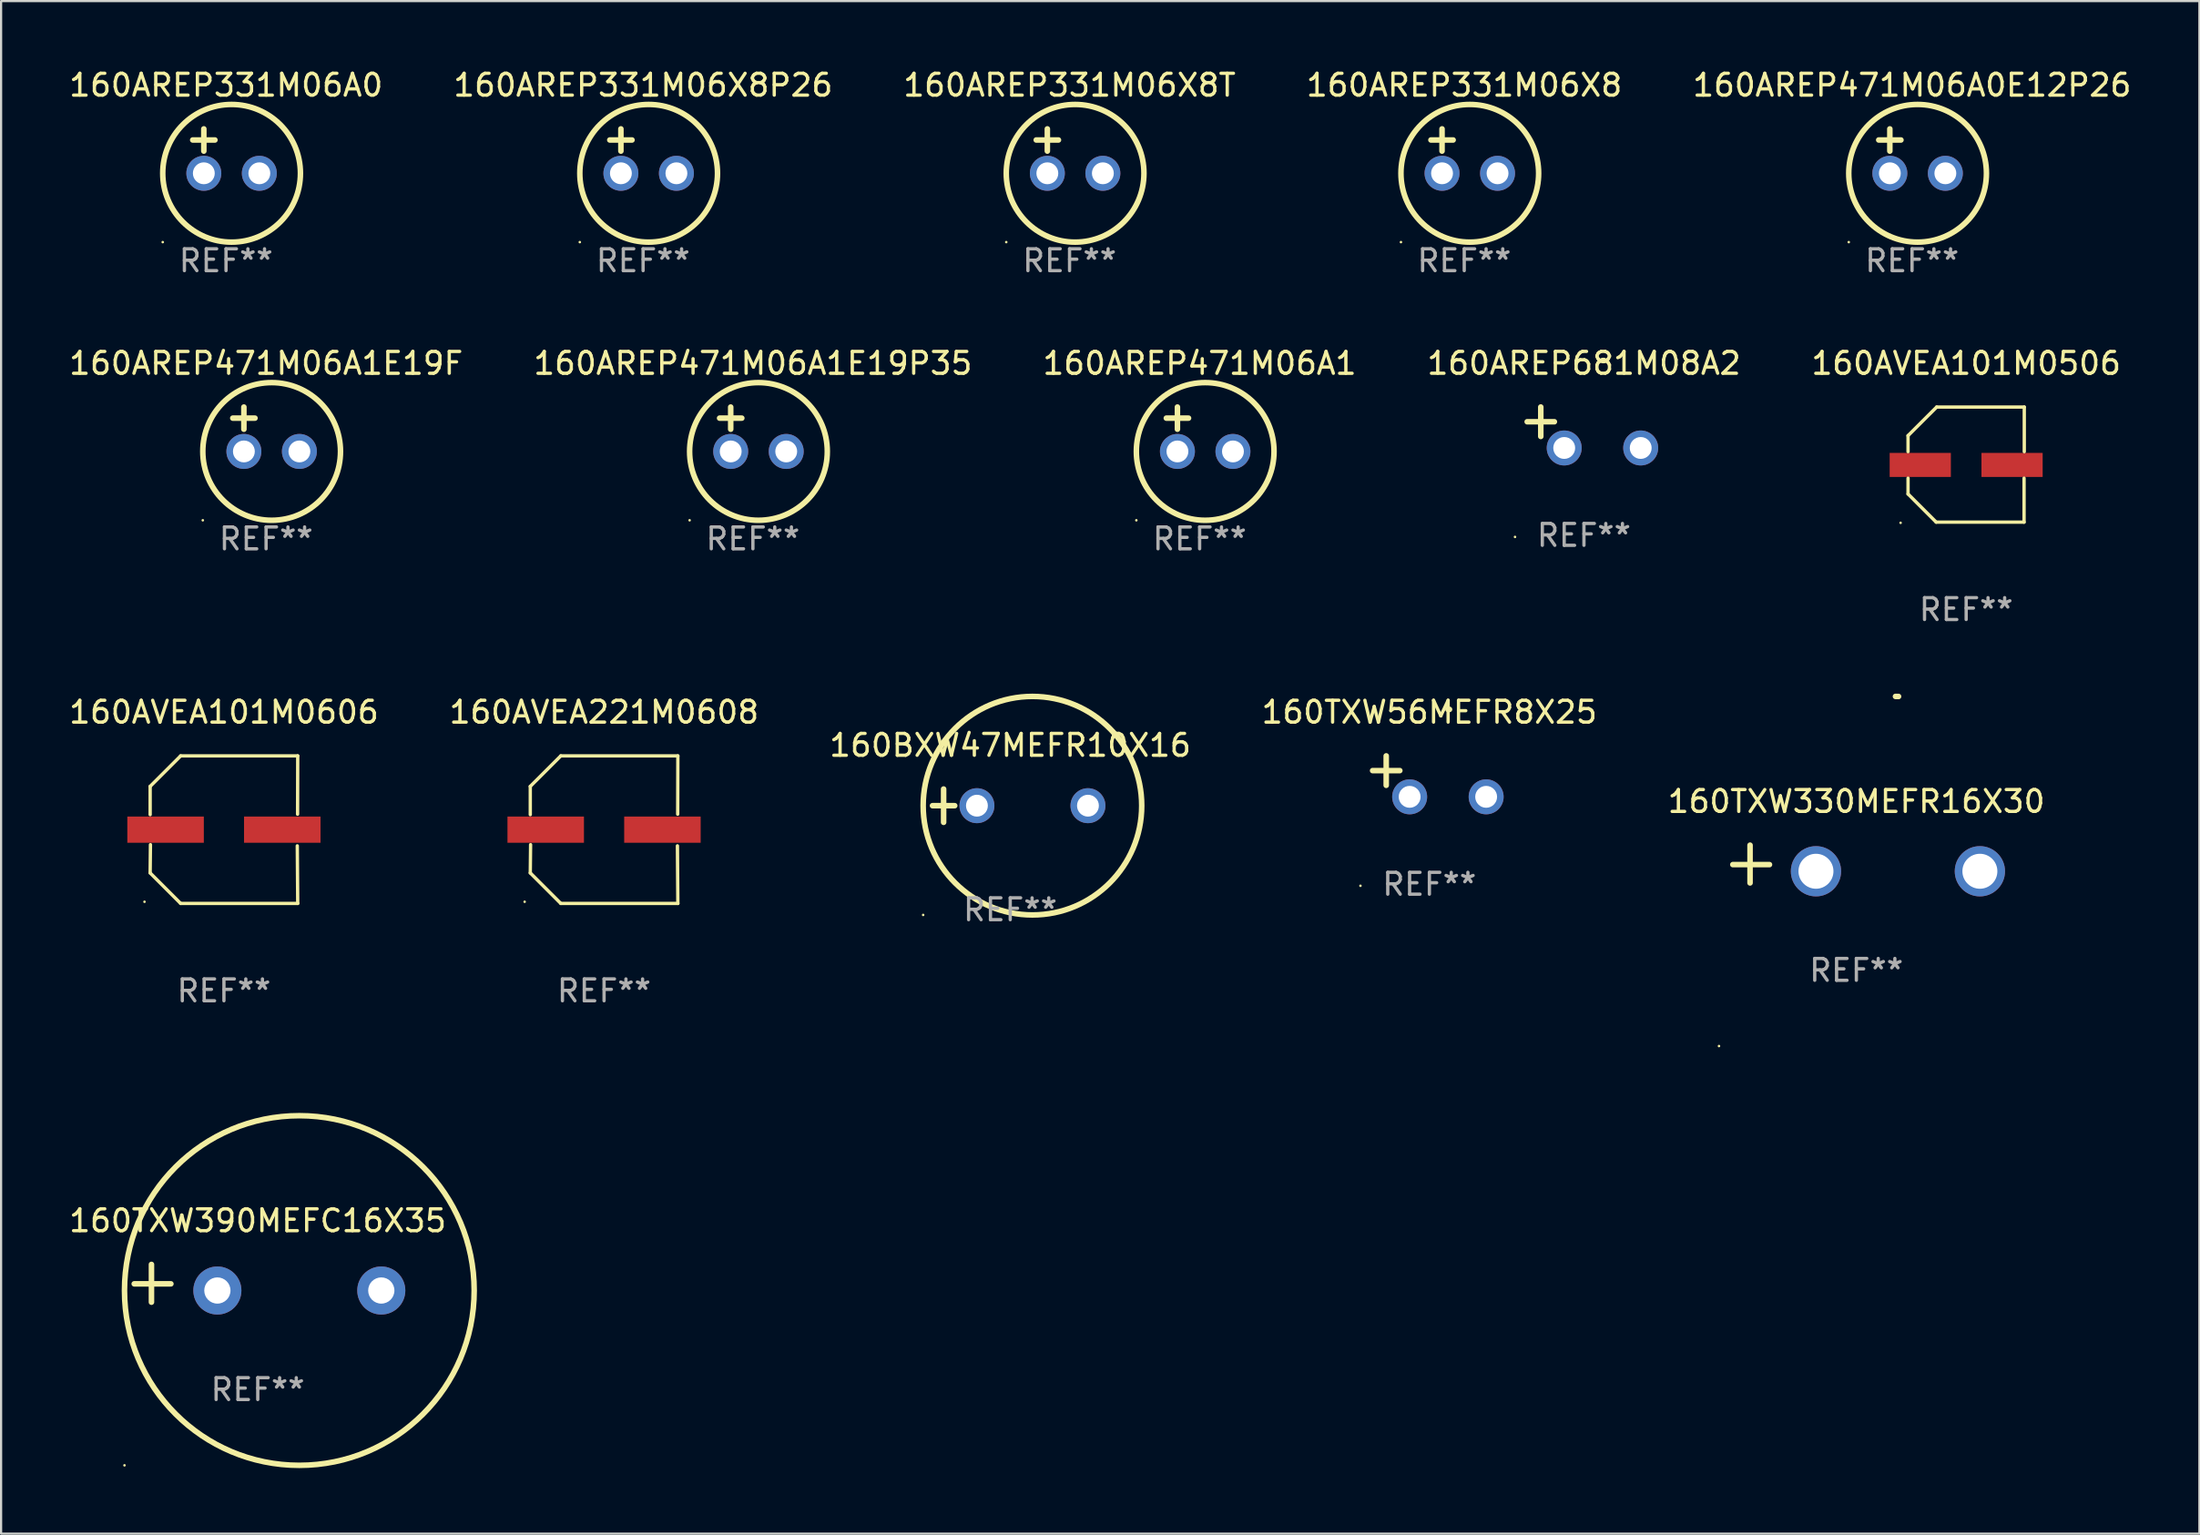
<source format=kicad_pcb>
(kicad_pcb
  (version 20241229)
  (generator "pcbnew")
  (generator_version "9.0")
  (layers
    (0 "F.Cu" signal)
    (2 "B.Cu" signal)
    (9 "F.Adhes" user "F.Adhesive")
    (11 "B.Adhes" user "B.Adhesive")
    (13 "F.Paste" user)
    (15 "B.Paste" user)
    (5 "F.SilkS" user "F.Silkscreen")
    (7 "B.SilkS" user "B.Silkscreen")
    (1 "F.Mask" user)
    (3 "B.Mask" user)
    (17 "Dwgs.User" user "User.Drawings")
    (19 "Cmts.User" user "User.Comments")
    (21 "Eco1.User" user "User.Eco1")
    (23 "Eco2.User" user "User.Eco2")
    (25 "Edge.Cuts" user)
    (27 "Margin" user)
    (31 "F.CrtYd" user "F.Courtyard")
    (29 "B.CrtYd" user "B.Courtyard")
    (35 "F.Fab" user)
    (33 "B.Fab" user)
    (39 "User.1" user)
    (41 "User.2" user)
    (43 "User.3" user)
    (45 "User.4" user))
  (footprint "160AREP471M06A1E19P35"
    (layer "F.Cu")
    (at 31.399 16.593)
    (property "Reference" "160AREP471M06A1E19P35" (at 0 -3.016 0) (layer "F.SilkS") (effects (font (size 1 1) (thickness 0.15))))
    (attr through_hole)
    (fp_line (start -1.524 -0.508) (end -0.508 -0.508) (stroke (width 0.254) (type solid)) (layer "F.SilkS"))
    (fp_line (start -1.016 -1.016) (end -1.016 0) (stroke (width 0.254) (type solid)) (layer "F.SilkS"))
    (fp_circle (center -2.896 4.166) (end -2.866 4.166) (stroke (width 0.06) (type solid)) (fill no) (layer "F.SilkS"))
    (fp_circle (center 0.254 1.016) (end 3.404 1.016) (stroke (width 0.254) (type solid)) (fill no) (layer "F.SilkS"))
    (fp_text user "REF**" (at 0 5.016 0) (layer "F.Fab") (effects (font (size 1 1) (thickness 0.15))))
    (pad "1" thru_hole circle (at -1.016 1.016) (size 1.6 1.6) (drill 1) (layers "*.Cu" "*.Mask"))
    (pad "2" thru_hole circle (at 1.524 1.016) (size 1.6 1.6) (drill 1) (layers "*.Cu" "*.Mask")))
  (footprint "160AREP331M06X8P26"
    (layer "F.Cu")
    (at 26.375 3.864)
    (property "Reference" "160AREP331M06X8P26" (at 0 -3.016 0) (layer "F.SilkS") (effects (font (size 1 1) (thickness 0.15))))
    (attr through_hole)
    (fp_line (start -1.524 -0.508) (end -0.508 -0.508) (stroke (width 0.254) (type solid)) (layer "F.SilkS"))
    (fp_line (start -1.016 -1.016) (end -1.016 0) (stroke (width 0.254) (type solid)) (layer "F.SilkS"))
    (fp_circle (center -2.896 4.166) (end -2.866 4.166) (stroke (width 0.06) (type solid)) (fill no) (layer "F.SilkS"))
    (fp_circle (center 0.254 1.016) (end 3.404 1.016) (stroke (width 0.254) (type solid)) (fill no) (layer "F.SilkS"))
    (fp_text user "REF**" (at 0 5.016 0) (layer "F.Fab") (effects (font (size 1 1) (thickness 0.15))))
    (pad "1" thru_hole circle (at -1.016 1.016) (size 1.6 1.6) (drill 1) (layers "*.Cu" "*.Mask"))
    (pad "2" thru_hole circle (at 1.524 1.016) (size 1.6 1.6) (drill 1) (layers "*.Cu" "*.Mask")))
  (footprint "160AREP471M06A1"
    (layer "F.Cu")
    (at 51.839 16.593)
    (property "Reference" "160AREP471M06A1" (at 0 -3.016 0) (layer "F.SilkS") (effects (font (size 1 1) (thickness 0.15))))
    (attr through_hole)
    (fp_line (start -1.524 -0.508) (end -0.508 -0.508) (stroke (width 0.254) (type solid)) (layer "F.SilkS"))
    (fp_line (start -1.016 -1.016) (end -1.016 0) (stroke (width 0.254) (type solid)) (layer "F.SilkS"))
    (fp_circle (center -2.896 4.166) (end -2.866 4.166) (stroke (width 0.06) (type solid)) (fill no) (layer "F.SilkS"))
    (fp_circle (center 0.254 1.016) (end 3.404 1.016) (stroke (width 0.254) (type solid)) (fill no) (layer "F.SilkS"))
    (fp_text user "REF**" (at 0 5.016 0) (layer "F.Fab") (effects (font (size 1 1) (thickness 0.15))))
    (pad "1" thru_hole circle (at -1.016 1.016) (size 1.6 1.6) (drill 1) (layers "*.Cu" "*.Mask"))
    (pad "2" thru_hole circle (at 1.524 1.016) (size 1.6 1.6) (drill 1) (layers "*.Cu" "*.Mask")))
  (footprint "160BXW47MEFR10X16"
    (layer "F.Cu")
    (at 43.173 33.82)
    (property "Reference" "160BXW47MEFR10X16" (at 0 -2.762 0) (layer "F.SilkS") (effects (font (size 1 1) (thickness 0.15))))
    (attr through_hole)
    (fp_line (start -3.556 0) (end -2.54 0) (stroke (width 0.254) (type solid)) (layer "F.SilkS"))
    (fp_line (start -3.048 -0.762) (end -3.048 0.762) (stroke (width 0.254) (type solid)) (layer "F.SilkS"))
    (fp_circle (center -3.984 5) (end -3.954 5) (stroke (width 0.06) (type solid)) (fill no) (layer "F.SilkS"))
    (fp_circle (center 1.016 0) (end 6.016 0) (stroke (width 0.254) (type solid)) (fill no) (layer "F.SilkS"))
    (fp_text user "REF**" (at 0 4.762 0) (layer "F.Fab") (effects (font (size 1 1) (thickness 0.15))))
    (pad "1" thru_hole circle (at -1.524 0) (size 1.6 1.6) (drill 1) (layers "*.Cu" "*.Mask"))
    (pad "2" thru_hole circle (at 3.556 0) (size 1.6 1.6) (drill 1) (layers "*.Cu" "*.Mask")))
  (footprint "160AREP471M06A1E19F"
    (layer "F.Cu")
    (at 9.125 16.593)
    (property "Reference" "160AREP471M06A1E19F" (at 0 -3.016 0) (layer "F.SilkS") (effects (font (size 1 1) (thickness 0.15))))
    (attr through_hole)
    (fp_line (start -1.524 -0.508) (end -0.508 -0.508) (stroke (width 0.254) (type solid)) (layer "F.SilkS"))
    (fp_line (start -1.016 -1.016) (end -1.016 0) (stroke (width 0.254) (type solid)) (layer "F.SilkS"))
    (fp_circle (center -2.896 4.166) (end -2.866 4.166) (stroke (width 0.06) (type solid)) (fill no) (layer "F.SilkS"))
    (fp_circle (center 0.254 1.016) (end 3.404 1.016) (stroke (width 0.254) (type solid)) (fill no) (layer "F.SilkS"))
    (fp_text user "REF**" (at 0 5.016 0) (layer "F.Fab") (effects (font (size 1 1) (thickness 0.15))))
    (pad "1" thru_hole circle (at -1.016 1.016) (size 1.6 1.6) (drill 1) (layers "*.Cu" "*.Mask"))
    (pad "2" thru_hole circle (at 1.524 1.016) (size 1.6 1.6) (drill 1) (layers "*.Cu" "*.Mask")))
  (footprint "160AREP331M06X8"
    (layer "F.Cu")
    (at 63.946 3.864)
    (property "Reference" "160AREP331M06X8" (at 0 -3.016 0) (layer "F.SilkS") (effects (font (size 1 1) (thickness 0.15))))
    (attr through_hole)
    (fp_line (start -1.524 -0.508) (end -0.508 -0.508) (stroke (width 0.254) (type solid)) (layer "F.SilkS"))
    (fp_line (start -1.016 -1.016) (end -1.016 0) (stroke (width 0.254) (type solid)) (layer "F.SilkS"))
    (fp_circle (center -2.896 4.166) (end -2.866 4.166) (stroke (width 0.06) (type solid)) (fill no) (layer "F.SilkS"))
    (fp_circle (center 0.254 1.016) (end 3.404 1.016) (stroke (width 0.254) (type solid)) (fill no) (layer "F.SilkS"))
    (fp_text user "REF**" (at 0 5.016 0) (layer "F.Fab") (effects (font (size 1 1) (thickness 0.15))))
    (pad "1" thru_hole circle (at -1.016 1.016) (size 1.6 1.6) (drill 1) (layers "*.Cu" "*.Mask"))
    (pad "2" thru_hole circle (at 1.524 1.016) (size 1.6 1.6) (drill 1) (layers "*.Cu" "*.Mask")))
  (footprint "160AREP471M06A0E12P26"
    (layer "F.Cu")
    (at 84.435 3.864)
    (property "Reference" "160AREP471M06A0E12P26" (at 0 -3.016 0) (layer "F.SilkS") (effects (font (size 1 1) (thickness 0.15))))
    (attr through_hole)
    (fp_line (start -1.524 -0.508) (end -0.508 -0.508) (stroke (width 0.254) (type solid)) (layer "F.SilkS"))
    (fp_line (start -1.016 -1.016) (end -1.016 0) (stroke (width 0.254) (type solid)) (layer "F.SilkS"))
    (fp_circle (center -2.896 4.166) (end -2.866 4.166) (stroke (width 0.06) (type solid)) (fill no) (layer "F.SilkS"))
    (fp_circle (center 0.254 1.016) (end 3.404 1.016) (stroke (width 0.254) (type solid)) (fill no) (layer "F.SilkS"))
    (fp_text user "REF**" (at 0 5.016 0) (layer "F.Fab") (effects (font (size 1 1) (thickness 0.15))))
    (pad "1" thru_hole circle (at -1.016 1.016) (size 1.6 1.6) (drill 1) (layers "*.Cu" "*.Mask"))
    (pad "2" thru_hole circle (at 1.524 1.016) (size 1.6 1.6) (drill 1) (layers "*.Cu" "*.Mask")))
  (footprint "160TXW56MEFR8X25"
    (layer "F.Cu")
    (at 62.351 32.478)
    (property "Reference" "160TXW56MEFR8X25" (at 0 -2.937 0) (layer "F.SilkS") (effects (font (size 1 1) (thickness 0.15))))
    (attr through_hole)
    (fp_line (start -1.975 0.41) (end -1.975 -0.937) (stroke (width 0.254) (type solid)) (layer "F.SilkS"))
    (fp_line (start -1.353 -0.263) (end -2.597 -0.263) (stroke (width 0.254) (type solid)) (layer "F.SilkS"))
    (fp_arc (start 0.849809 -3.063957) (mid 0.885369 -3.064114) (end 0.920929 -3.063957) (stroke (width 0.254001) (type solid)) (layer "F.SilkS"))
    (fp_circle (center -3.154 5.008) (end -3.124 5.008) (stroke (width 0.06) (type solid)) (fill no) (layer "F.SilkS"))
    (fp_text user "REF**" (at 0 4.937 0) (layer "F.Fab") (effects (font (size 1 1) (thickness 0.15))))
    (pad "1" thru_hole circle (at -0.903 0.937) (size 1.6 1.6) (drill 1) (layers "*.Cu" "*.Mask"))
    (pad "2" thru_hole circle (at 2.597 0.937) (size 1.6 1.6) (drill 1) (layers "*.Cu" "*.Mask")))
  (footprint "160AVEA101M0606"
    (layer "F.Cu")
    (at 7.196 34.917)
    (property "Reference" "160AVEA101M0606" (at 0 -5.376 0) (layer "F.SilkS") (effects (font (size 1 1) (thickness 0.15))))
    (attr through_hole)
    (fp_line (start -3.376 -1.98) (end -3.376 -0.686) (stroke (width 0.152) (type solid)) (layer "F.SilkS"))
    (fp_line (start -3.376 1.981) (end -3.362 0.686) (stroke (width 0.152) (type solid)) (layer "F.SilkS"))
    (fp_line (start -1.981 3.376) (end -3.376 1.981) (stroke (width 0.152) (type solid)) (layer "F.SilkS"))
    (fp_line (start -1.98 -3.376) (end -3.376 -1.98) (stroke (width 0.152) (type solid)) (layer "F.SilkS"))
    (fp_line (start 3.356 0.74) (end 3.376 3.376) (stroke (width 0.152) (type solid)) (layer "F.SilkS"))
    (fp_line (start 3.369 -0.707) (end 3.376 -3.376) (stroke (width 0.152) (type solid)) (layer "F.SilkS"))
    (fp_line (start 3.376 3.376) (end -1.981 3.376) (stroke (width 0.152) (type solid)) (layer "F.SilkS"))
    (fp_line (start 3.376 -3.376) (end -1.98 -3.376) (stroke (width 0.152) (type solid)) (layer "F.SilkS"))
    (fp_circle (center -3.634 3.3) (end -3.604 3.3) (stroke (width 0.06) (type solid)) (fill no) (layer "F.SilkS"))
    (fp_text user "REF**" (at 0 7.376 0) (layer "F.Fab") (effects (font (size 1 1) (thickness 0.15))))
    (pad "1" smd rect (at -2.67 0.000254) (size 3.5 1.2) (layers "F.Cu" "F.Mask" "F.Paste"))
    (pad "2" smd rect (at 2.67 0.000254) (size 3.5 1.2) (layers "F.Cu" "F.Mask" "F.Paste")))
  (footprint "160TXW330MEFR16X30"
    (layer "F.Cu")
    (at 81.887 36.491)
    (property "Reference" "160TXW330MEFR16X30" (at 0 -2.864 0) (layer "F.SilkS") (effects (font (size 1 1) (thickness 0.15))))
    (attr through_hole)
    (fp_line (start -4.864 0.864) (end -4.864 -0.864) (stroke (width 0.254) (type solid)) (layer "F.SilkS"))
    (fp_line (start -3.975 0.025) (end -5.652 0.025) (stroke (width 0.254) (type solid)) (layer "F.SilkS"))
    (fp_arc (start 1.790704 -7.670815) (mid 1.860559 -7.669842) (end 1.930404 -7.668275) (stroke (width 0.254001) (type solid)) (layer "F.SilkS"))
    (fp_circle (center -6.285 8.329) (end -6.255 8.329) (stroke (width 0.06) (type solid)) (fill no) (layer "F.SilkS"))
    (fp_text user "REF**" (at 0 4.864 0) (layer "F.Fab") (effects (font (size 1 1) (thickness 0.15))))
    (pad "1" thru_hole circle (at -1.848 0.33) (size 2.3 2.3) (drill 1.6) (layers "*.Cu" "*.Mask"))
    (pad "2" thru_hole circle (at 5.652 0.33) (size 2.3 2.3) (drill 1.6) (layers "*.Cu" "*.Mask")))
  (footprint "160AREP681M08A2"
    (layer "F.Cu")
    (at 69.423 16.513)
    (property "Reference" "160AREP681M08A2" (at 0 -2.937 0) (layer "F.SilkS") (effects (font (size 1 1) (thickness 0.15))))
    (attr through_hole)
    (fp_line (start -1.975 0.41) (end -1.975 -0.937) (stroke (width 0.254) (type solid)) (layer "F.SilkS"))
    (fp_line (start -1.353 -0.263) (end -2.597 -0.263) (stroke (width 0.254) (type solid)) (layer "F.SilkS"))
    (fp_arc (start 0.849809 -3.063957) (mid 0.885369 -3.064114) (end 0.920929 -3.063957) (stroke (width 0.254001) (type solid)) (layer "F.SilkS"))
    (fp_circle (center -3.154 5.008) (end -3.124 5.008) (stroke (width 0.06) (type solid)) (fill no) (layer "F.SilkS"))
    (fp_text user "REF**" (at 0 4.937 0) (layer "F.Fab") (effects (font (size 1 1) (thickness 0.15))))
    (pad "1" thru_hole circle (at -0.903 0.937) (size 1.6 1.6) (drill 1) (layers "*.Cu" "*.Mask"))
    (pad "2" thru_hole circle (at 2.597 0.937) (size 1.6 1.6) (drill 1) (layers "*.Cu" "*.Mask")))
  (footprint "160AREP331M06A0"
    (layer "F.Cu")
    (at 7.292 3.864)
    (property "Reference" "160AREP331M06A0" (at 0 -3.016 0) (layer "F.SilkS") (effects (font (size 1 1) (thickness 0.15))))
    (attr through_hole)
    (fp_line (start -1.524 -0.508) (end -0.508 -0.508) (stroke (width 0.254) (type solid)) (layer "F.SilkS"))
    (fp_line (start -1.016 -1.016) (end -1.016 0) (stroke (width 0.254) (type solid)) (layer "F.SilkS"))
    (fp_circle (center -2.896 4.166) (end -2.866 4.166) (stroke (width 0.06) (type solid)) (fill no) (layer "F.SilkS"))
    (fp_circle (center 0.254 1.016) (end 3.404 1.016) (stroke (width 0.254) (type solid)) (fill no) (layer "F.SilkS"))
    (fp_text user "REF**" (at 0 5.016 0) (layer "F.Fab") (effects (font (size 1 1) (thickness 0.15))))
    (pad "1" thru_hole circle (at -1.016 1.016) (size 1.6 1.6) (drill 1) (layers "*.Cu" "*.Mask"))
    (pad "2" thru_hole circle (at 1.524 1.016) (size 1.6 1.6) (drill 1) (layers "*.Cu" "*.Mask")))
  (footprint "160TXW390MEFC16X35"
    (layer "F.Cu")
    (at 8.744 55.677)
    (property "Reference" "160TXW390MEFC16X35" (at 0 -2.864 0) (layer "F.SilkS") (effects (font (size 1 1) (thickness 0.15))))
    (attr through_hole)
    (fp_line (start -4.864 0.864) (end -4.864 -0.864) (stroke (width 0.254) (type solid)) (layer "F.SilkS"))
    (fp_line (start -3.975 0.025) (end -5.652 0.025) (stroke (width 0.254) (type solid)) (layer "F.SilkS"))
    (fp_circle (center -6.098 8.33) (end -6.068 8.33) (stroke (width 0.06) (type solid)) (fill no) (layer "F.SilkS"))
    (fp_circle (center 1.902 0.33) (end 9.902 0.33) (stroke (width 0.254) (type solid)) (fill no) (layer "F.SilkS"))
    (fp_text user "REF**" (at 0 4.864 0) (layer "F.Fab") (effects (font (size 1 1) (thickness 0.15))))
    (pad "1" thru_hole circle (at -1.848 0.33) (size 2.2 2.2) (drill 1.2) (layers "*.Cu" "*.Mask"))
    (pad "2" thru_hole circle (at 5.652 0.33) (size 2.2 2.2) (drill 1.2) (layers "*.Cu" "*.Mask")))
  (footprint "160AVEA101M0506"
    (layer "F.Cu")
    (at 86.911 18.211)
    (property "Reference" "160AVEA101M0506" (at 0 -4.634 0) (layer "F.SilkS") (effects (font (size 1 1) (thickness 0.15))))
    (attr through_hole)
    (fp_line (start -2.659 -1.326) (end -2.659 -0.592) (stroke (width 0.152) (type solid)) (layer "F.SilkS"))
    (fp_line (start -2.659 1.346) (end -2.659 0.622) (stroke (width 0.152) (type solid)) (layer "F.SilkS"))
    (fp_line (start -1.372 2.634) (end -2.659 1.346) (stroke (width 0.152) (type solid)) (layer "F.SilkS"))
    (fp_line (start -1.349 -2.634) (end -2.659 -1.326) (stroke (width 0.152) (type solid)) (layer "F.SilkS"))
    (fp_line (start 2.649 0.622) (end 2.649 2.634) (stroke (width 0.152) (type solid)) (layer "F.SilkS"))
    (fp_line (start 2.649 2.634) (end -1.372 2.634) (stroke (width 0.152) (type solid)) (layer "F.SilkS"))
    (fp_line (start 2.659 -2.634) (end -1.349 -2.634) (stroke (width 0.152) (type solid)) (layer "F.SilkS"))
    (fp_line (start 2.659 -0.592) (end 2.659 -2.634) (stroke (width 0.152) (type solid)) (layer "F.SilkS"))
    (fp_circle (center -3 2.665) (end -2.97 2.665) (stroke (width 0.06) (type solid)) (fill no) (layer "F.SilkS"))
    (fp_text user "REF**" (at 0 6.634 0) (layer "F.Fab") (effects (font (size 1 1) (thickness 0.15))))
    (pad "1" smd rect (at -2.1 0.015) (size 2.8 1.1) (layers "F.Cu" "F.Mask" "F.Paste"))
    (pad "2" smd rect (at 2.1 0.015) (size 2.8 1.1) (layers "F.Cu" "F.Mask" "F.Paste")))
  (footprint "160AREP331M06X8T"
    (layer "F.Cu")
    (at 45.887 3.864)
    (property "Reference" "160AREP331M06X8T" (at 0 -3.016 0) (layer "F.SilkS") (effects (font (size 1 1) (thickness 0.15))))
    (attr through_hole)
    (fp_line (start -1.524 -0.508) (end -0.508 -0.508) (stroke (width 0.254) (type solid)) (layer "F.SilkS"))
    (fp_line (start -1.016 -1.016) (end -1.016 0) (stroke (width 0.254) (type solid)) (layer "F.SilkS"))
    (fp_circle (center -2.896 4.166) (end -2.866 4.166) (stroke (width 0.06) (type solid)) (fill no) (layer "F.SilkS"))
    (fp_circle (center 0.254 1.016) (end 3.404 1.016) (stroke (width 0.254) (type solid)) (fill no) (layer "F.SilkS"))
    (fp_text user "REF**" (at 0 5.016 0) (layer "F.Fab") (effects (font (size 1 1) (thickness 0.15))))
    (pad "1" thru_hole circle (at -1.016 1.016) (size 1.6 1.6) (drill 1) (layers "*.Cu" "*.Mask"))
    (pad "2" thru_hole circle (at 1.524 1.016) (size 1.6 1.6) (drill 1) (layers "*.Cu" "*.Mask")))
  (footprint "160AVEA221M0608"
    (layer "F.Cu")
    (at 24.589 34.917)
    (property "Reference" "160AVEA221M0608" (at 0 -5.376 0) (layer "F.SilkS") (effects (font (size 1 1) (thickness 0.15))))
    (attr through_hole)
    (fp_line (start -3.376 -1.98) (end -3.376 -0.686) (stroke (width 0.152) (type solid)) (layer "F.SilkS"))
    (fp_line (start -3.376 1.981) (end -3.362 0.686) (stroke (width 0.152) (type solid)) (layer "F.SilkS"))
    (fp_line (start -1.981 3.376) (end -3.376 1.981) (stroke (width 0.152) (type solid)) (layer "F.SilkS"))
    (fp_line (start -1.98 -3.376) (end -3.376 -1.98) (stroke (width 0.152) (type solid)) (layer "F.SilkS"))
    (fp_line (start 3.356 0.74) (end 3.376 3.376) (stroke (width 0.152) (type solid)) (layer "F.SilkS"))
    (fp_line (start 3.369 -0.707) (end 3.376 -3.376) (stroke (width 0.152) (type solid)) (layer "F.SilkS"))
    (fp_line (start 3.376 3.376) (end -1.981 3.376) (stroke (width 0.152) (type solid)) (layer "F.SilkS"))
    (fp_line (start 3.376 -3.376) (end -1.98 -3.376) (stroke (width 0.152) (type solid)) (layer "F.SilkS"))
    (fp_circle (center -3.634 3.3) (end -3.604 3.3) (stroke (width 0.06) (type solid)) (fill no) (layer "F.SilkS"))
    (fp_text user "REF**" (at 0 7.376 0) (layer "F.Fab") (effects (font (size 1 1) (thickness 0.15))))
    (pad "1" smd rect (at -2.67 0.000254) (size 3.5 1.2) (layers "F.Cu" "F.Mask" "F.Paste"))
    (pad "2" smd rect (at 2.67 0.000254) (size 3.5 1.2) (layers "F.Cu" "F.Mask" "F.Paste")))
  (gr_rect
    (start -3 -3)
    (end 97.583 67.134)
    (stroke (width 0.1) (type default))
    (fill no)
    (layer "Edge.Cuts")))
</source>
